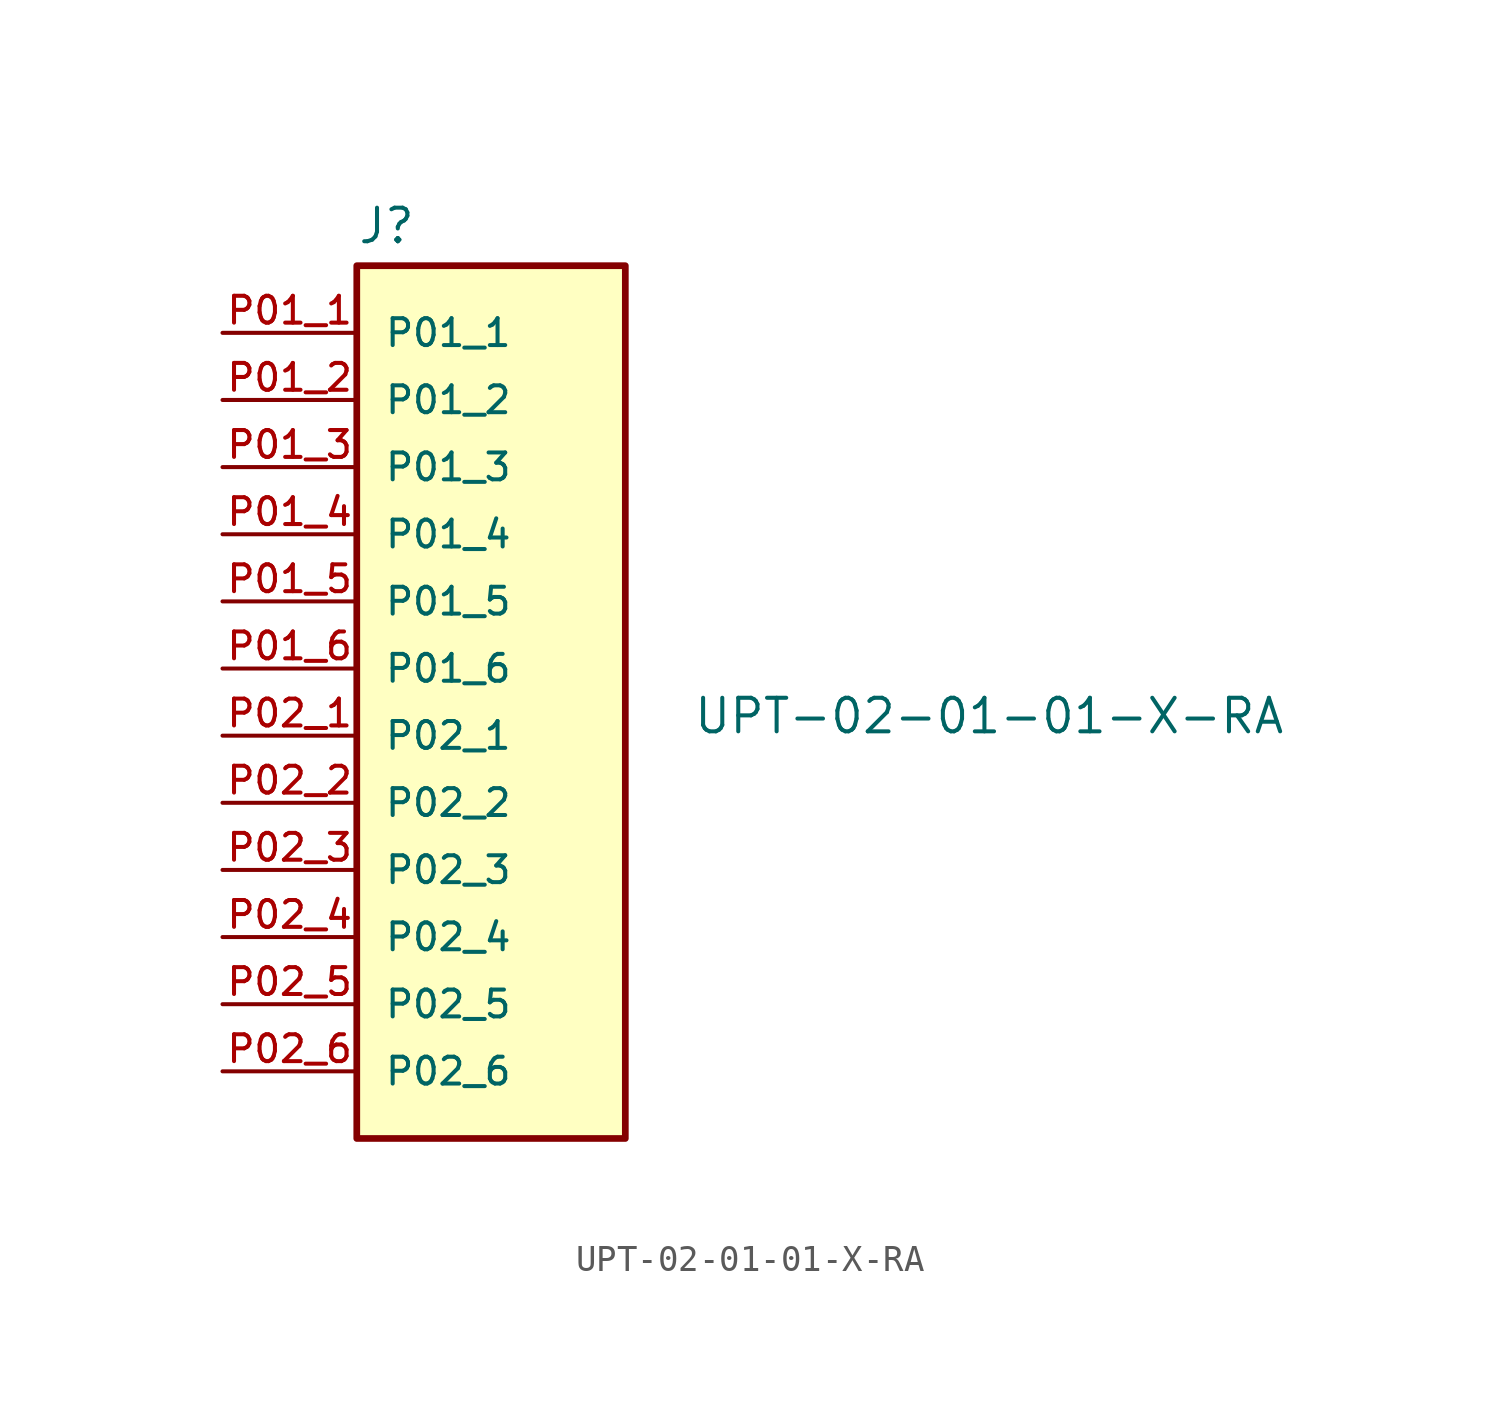
<source format=kicad_sym>
(kicad_symbol_lib
  (version 20220914)
  (generator kicad_symbol_editor)
  (symbol "UPT-02-01-01-X-RA"
    (pin_names
      (offset 1.016))
    (property "Reference" "J"
      (at -5.08 3.302 0)
      (effects (font (size 1.27 1.27)) (justify left bottom)))
    (property "Value" "UPT-02-01-01-X-RA"
      (at 7.62 -15.24 0)
      (effects (font (size 1.27 1.27)) (justify left bottom)))
    (symbol "UPT-02-01-01-X-RA_0_0"
      (rectangle (start -5.08 2.54) (end 5.08 -30.48) (stroke (width 0.254) (type default)) (fill (type background))))
    (symbol "UPT-02-01-01-X-RA_1_1"
      (pin passive line (at -10.16 0 0) (length 5.08) (name "P01_1" (effects (font (size 1.016 1.016)))) (number "P01_1" (effects (font (size 1.016 1.016)))))
      (pin passive line (at -10.16 -2.54 0) (length 5.08) (name "P01_2" (effects (font (size 1.016 1.016)))) (number "P01_2" (effects (font (size 1.016 1.016)))))
      (pin passive line (at -10.16 -5.08 0) (length 5.08) (name "P01_3" (effects (font (size 1.016 1.016)))) (number "P01_3" (effects (font (size 1.016 1.016)))))
      (pin passive line (at -10.16 -7.62 0) (length 5.08) (name "P01_4" (effects (font (size 1.016 1.016)))) (number "P01_4" (effects (font (size 1.016 1.016)))))
      (pin passive line (at -10.16 -10.16 0) (length 5.08) (name "P01_5" (effects (font (size 1.016 1.016)))) (number "P01_5" (effects (font (size 1.016 1.016)))))
      (pin passive line (at -10.16 -12.7 0) (length 5.08) (name "P01_6" (effects (font (size 1.016 1.016)))) (number "P01_6" (effects (font (size 1.016 1.016)))))
      (pin passive line (at -10.16 -15.24 0) (length 5.08) (name "P02_1" (effects (font (size 1.016 1.016)))) (number "P02_1" (effects (font (size 1.016 1.016)))))
      (pin passive line (at -10.16 -17.78 0) (length 5.08) (name "P02_2" (effects (font (size 1.016 1.016)))) (number "P02_2" (effects (font (size 1.016 1.016)))))
      (pin passive line (at -10.16 -20.32 0) (length 5.08) (name "P02_3" (effects (font (size 1.016 1.016)))) (number "P02_3" (effects (font (size 1.016 1.016)))))
      (pin passive line (at -10.16 -22.86 0) (length 5.08) (name "P02_4" (effects (font (size 1.016 1.016)))) (number "P02_4" (effects (font (size 1.016 1.016)))))
      (pin passive line (at -10.16 -25.4 0) (length 5.08) (name "P02_5" (effects (font (size 1.016 1.016)))) (number "P02_5" (effects (font (size 1.016 1.016)))))
      (pin passive line (at -10.16 -27.94 0) (length 5.08) (name "P02_6" (effects (font (size 1.016 1.016)))) (number "P02_6" (effects (font (size 1.016 1.016))))))))
</source>
